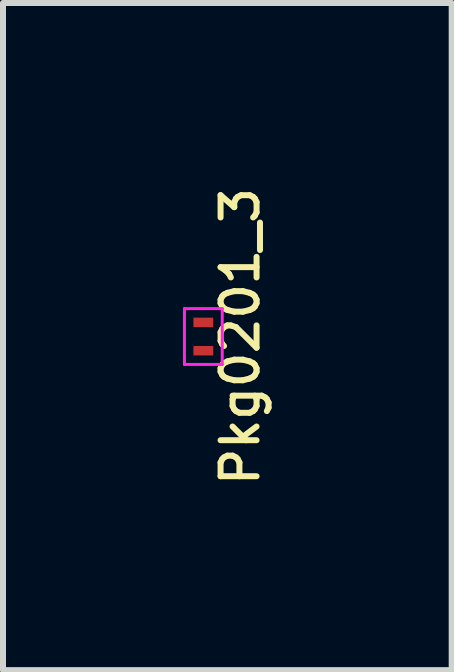
<source format=kicad_pcb>
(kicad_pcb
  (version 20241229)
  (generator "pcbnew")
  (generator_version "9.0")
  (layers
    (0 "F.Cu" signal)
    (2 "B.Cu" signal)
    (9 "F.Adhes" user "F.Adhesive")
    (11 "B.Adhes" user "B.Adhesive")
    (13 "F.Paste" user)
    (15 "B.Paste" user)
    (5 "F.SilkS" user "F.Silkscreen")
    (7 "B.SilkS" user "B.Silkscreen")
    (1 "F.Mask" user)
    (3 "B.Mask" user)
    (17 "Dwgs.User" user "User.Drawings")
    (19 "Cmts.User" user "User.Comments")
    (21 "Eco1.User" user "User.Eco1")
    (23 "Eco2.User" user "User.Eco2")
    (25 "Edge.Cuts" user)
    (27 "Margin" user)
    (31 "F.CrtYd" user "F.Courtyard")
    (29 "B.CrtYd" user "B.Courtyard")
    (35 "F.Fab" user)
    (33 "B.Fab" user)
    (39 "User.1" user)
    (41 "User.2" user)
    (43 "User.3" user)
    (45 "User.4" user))
  (footprint "Pkg0201_3"
    (layer "F.Cu")
    (at 0.34 2.561)
    (property "Reference" "Pkg0201_3" (at 0.615 0 90) (layer "F.SilkS") (effects (font (size 0.6 0.6) (thickness 0.1))))
    (fp_line (start -0.315 -0.465) (end -0.315 0.465) (stroke (width 0.05) (type solid)) (layer "F.CrtYd"))
    (fp_line (start -0.315 0.465) (end 0.315 0.465) (stroke (width 0.05) (type solid)) (layer "F.CrtYd"))
    (fp_line (start 0.315 -0.465) (end -0.315 -0.465) (stroke (width 0.05) (type solid)) (layer "F.CrtYd"))
    (fp_line (start 0.315 0.465) (end 0.315 -0.465) (stroke (width 0.05) (type solid)) (layer "F.CrtYd"))
    (pad "1" smd rect (at 0 -0.236) (size 0.33 0.158) (layers "F.Cu" "F.Mask" "F.Paste"))
    (pad "2" smd rect (at 0 0.236) (size 0.33 0.158) (layers "F.Cu" "F.Mask" "F.Paste")))
  (gr_rect
    (start -3 -3)
    (end 4.481 8.123)
    (stroke (width 0.1) (type default))
    (fill no)
    (layer "Edge.Cuts")))
</source>
